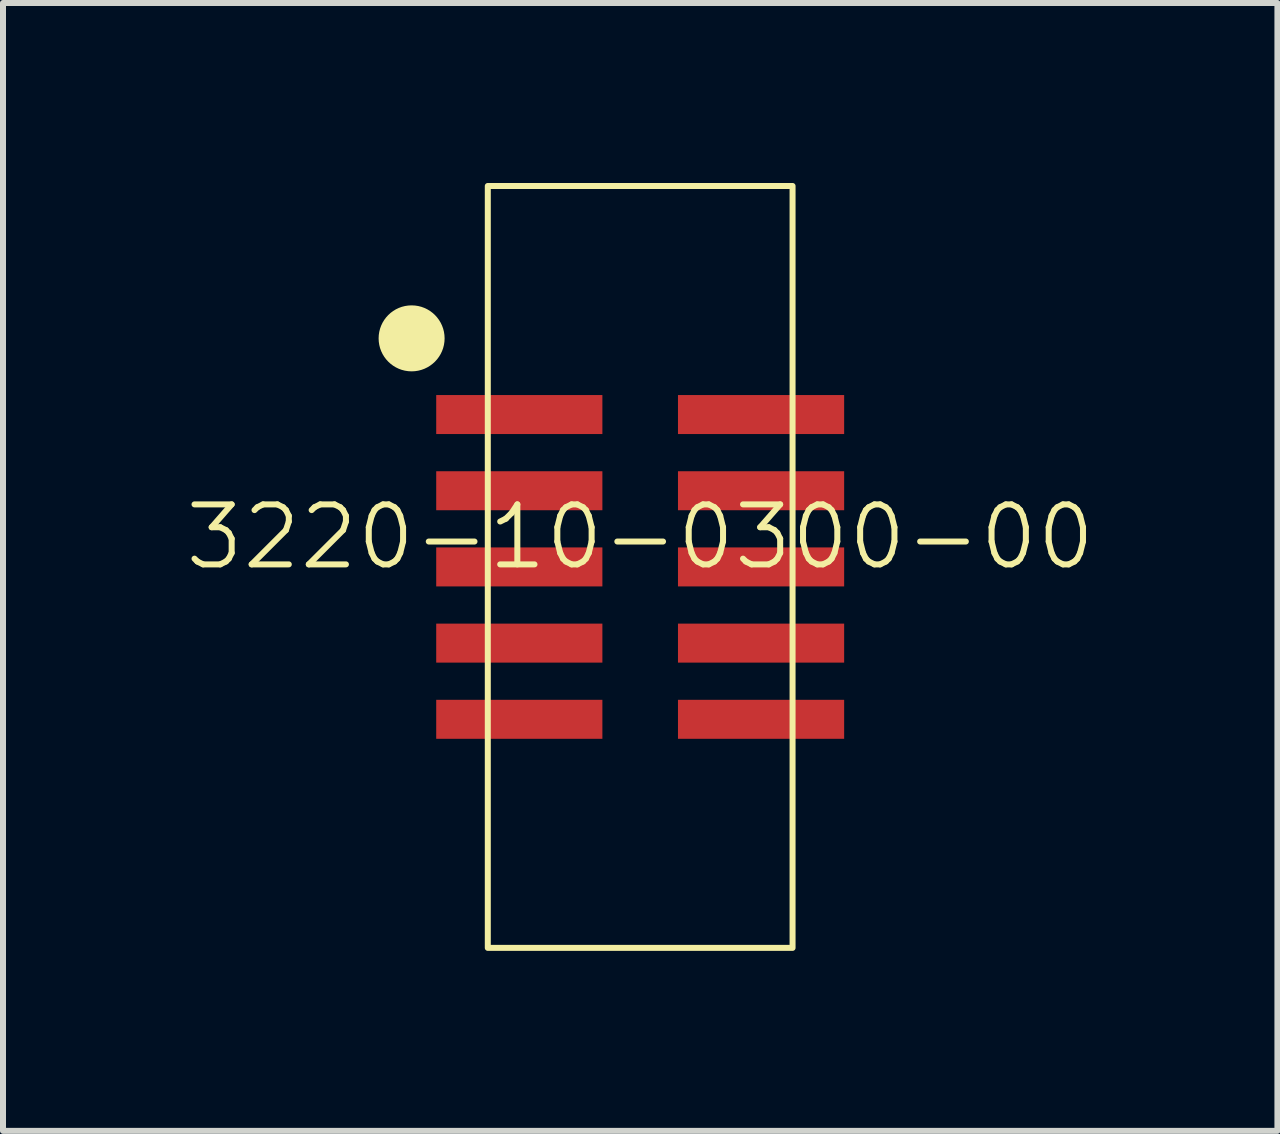
<source format=kicad_pcb>
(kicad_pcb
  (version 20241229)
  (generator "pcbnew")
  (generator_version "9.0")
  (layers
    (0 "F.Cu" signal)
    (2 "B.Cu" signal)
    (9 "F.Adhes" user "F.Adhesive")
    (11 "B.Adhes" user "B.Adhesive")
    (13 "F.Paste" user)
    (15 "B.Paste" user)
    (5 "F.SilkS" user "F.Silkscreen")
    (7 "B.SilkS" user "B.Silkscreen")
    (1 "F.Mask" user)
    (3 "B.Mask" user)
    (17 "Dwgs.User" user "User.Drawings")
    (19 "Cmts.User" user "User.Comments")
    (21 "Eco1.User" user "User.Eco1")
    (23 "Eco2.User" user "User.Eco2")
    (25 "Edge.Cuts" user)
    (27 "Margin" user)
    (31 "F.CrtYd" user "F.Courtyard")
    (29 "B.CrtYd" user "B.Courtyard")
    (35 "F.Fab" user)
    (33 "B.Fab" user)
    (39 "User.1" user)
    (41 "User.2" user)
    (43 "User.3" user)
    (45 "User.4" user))
  (footprint "3220-10-0300-00"
    (layer "F.Cu")
    (at 7.621 6.4)
    (property "Reference" "3220-10-0300-00" (at 0 -0.5 0) (unlocked yes) (layer "F.SilkS") (effects (font (size 1 1) (thickness 0.1))))
    (attr smd)
    (fp_rect (start -2.54 -6.35) (end 2.54 6.35) (stroke (width 0.1) (type default)) (fill no) (layer "F.SilkS"))
    (fp_circle (center -3.81 -3.81) (end -3.31 -3.81) (stroke (width 0.1) (type solid)) (fill yes) (layer "F.SilkS"))
    (pad "1" smd rect (at -2.015 -2.54) (size 2.77 0.65) (layers "F.Cu" "F.Mask" "F.Paste"))
    (pad "2" smd rect (at 2.015 -2.54) (size 2.77 0.65) (layers "F.Cu" "F.Mask" "F.Paste"))
    (pad "3" smd rect (at -2.015 -1.27) (size 2.77 0.65) (layers "F.Cu" "F.Mask" "F.Paste"))
    (pad "4" smd rect (at 2.015 -1.27) (size 2.77 0.65) (layers "F.Cu" "F.Mask" "F.Paste"))
    (pad "5" smd rect (at -2.015 0) (size 2.77 0.65) (layers "F.Cu" "F.Mask" "F.Paste"))
    (pad "6" smd rect (at 2.015 0) (size 2.77 0.65) (layers "F.Cu" "F.Mask" "F.Paste"))
    (pad "7" smd rect (at -2.015 1.27) (size 2.77 0.65) (layers "F.Cu" "F.Mask" "F.Paste"))
    (pad "8" smd rect (at 2.015 1.27) (size 2.77 0.65) (layers "F.Cu" "F.Mask" "F.Paste"))
    (pad "9" smd rect (at -2.015 2.54) (size 2.77 0.65) (layers "F.Cu" "F.Mask" "F.Paste"))
    (pad "10" smd rect (at 2.015 2.54) (size 2.77 0.65) (layers "F.Cu" "F.Mask" "F.Paste")))
  (gr_rect
    (start -3 -3)
    (end 18.243 15.8)
    (stroke (width 0.1) (type default))
    (fill no)
    (layer "Edge.Cuts")))
</source>
